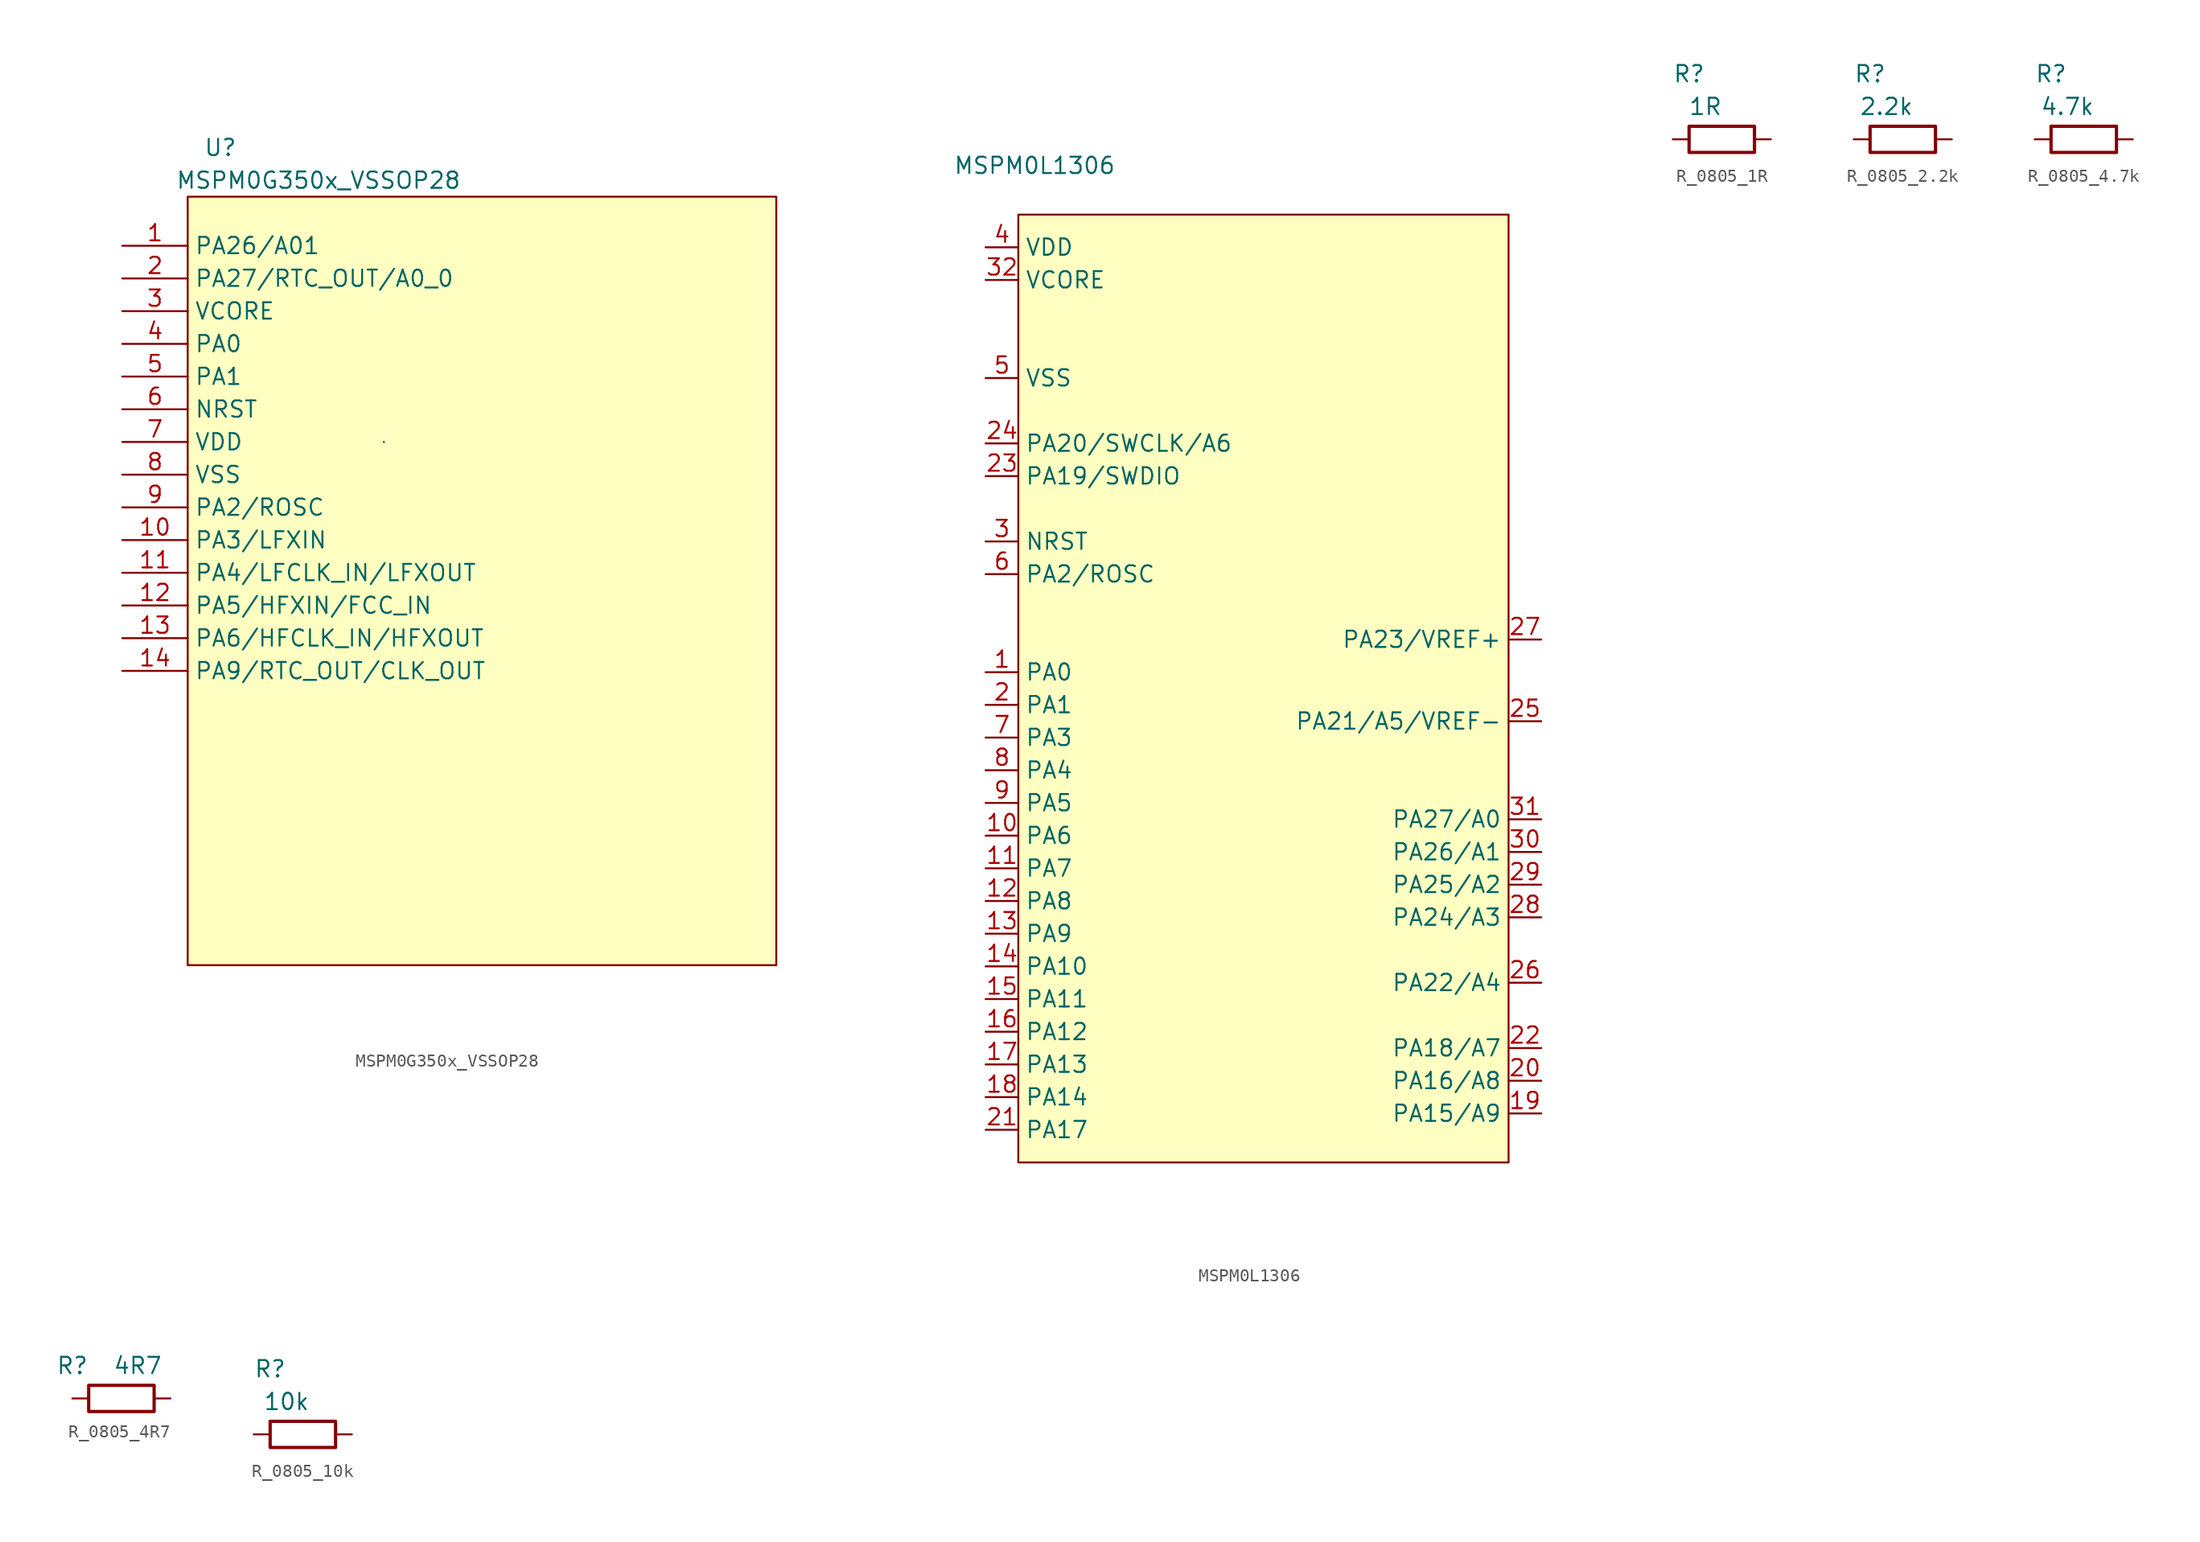
<source format=kicad_sym>
(kicad_symbol_lib
  (version 20220914)
  (generator kicad_symbol_editor)
  (symbol "MSPM0G350x_VSSOP28"
    (property "Reference" "U"
      (at -7.62 21.59 0)
      (effects (font (size 1.27 1.27))))
    (property "Value" "MSPM0G350x_VSSOP28"
      (at 0 19.05 0)
      (effects (font (size 1.27 1.27))))
    (symbol "MSPM0G350x_VSSOP28_0_1"
      (rectangle (start 5.08 -1.27) (end 5.08 -1.27) (stroke (width 0) (type default)) (fill (type none))))
    (symbol "MSPM0G350x_VSSOP28_1_1"
      (rectangle (start -10.16 17.78) (end 35.56 -41.91) (stroke (width 0) (type default)) (fill (type background)))
      (pin passive line (at -15.24 13.97 0) (length 5.08) (name "PA26/A01" (effects (font (size 1.27 1.27)))) (number "1" (effects (font (size 1.27 1.27)))))
      (pin passive line (at -15.24 -8.89 0) (length 5.08) (name "PA3/LFXIN" (effects (font (size 1.27 1.27)))) (number "10" (effects (font (size 1.27 1.27)))))
      (pin passive line (at -15.24 -11.43 0) (length 5.08) (name "PA4/LFCLK_IN/LFXOUT" (effects (font (size 1.27 1.27)))) (number "11" (effects (font (size 1.27 1.27)))))
      (pin passive line (at -15.24 -13.97 0) (length 5.08) (name "PA5/HFXIN/FCC_IN" (effects (font (size 1.27 1.27)))) (number "12" (effects (font (size 1.27 1.27)))))
      (pin passive line (at -15.24 -16.51 0) (length 5.08) (name "PA6/HFCLK_IN/HFXOUT" (effects (font (size 1.27 1.27)))) (number "13" (effects (font (size 1.27 1.27)))))
      (pin passive line (at -15.24 -19.05 0) (length 5.08) (name "PA9/RTC_OUT/CLK_OUT" (effects (font (size 1.27 1.27)))) (number "14" (effects (font (size 1.27 1.27)))))
      (pin passive line (at -15.24 11.43 0) (length 5.08) (name "PA27/RTC_OUT/A0_0" (effects (font (size 1.27 1.27)))) (number "2" (effects (font (size 1.27 1.27)))))
      (pin passive line (at -15.24 8.89 0) (length 5.08) (name "VCORE" (effects (font (size 1.27 1.27)))) (number "3" (effects (font (size 1.27 1.27)))))
      (pin passive line (at -15.24 6.35 0) (length 5.08) (name "PA0" (effects (font (size 1.27 1.27)))) (number "4" (effects (font (size 1.27 1.27)))))
      (pin passive line (at -15.24 3.81 0) (length 5.08) (name "PA1" (effects (font (size 1.27 1.27)))) (number "5" (effects (font (size 1.27 1.27)))))
      (pin passive line (at -15.24 1.27 0) (length 5.08) (name "NRST" (effects (font (size 1.27 1.27)))) (number "6" (effects (font (size 1.27 1.27)))))
      (pin passive line (at -15.24 -1.27 0) (length 5.08) (name "VDD" (effects (font (size 1.27 1.27)))) (number "7" (effects (font (size 1.27 1.27)))))
      (pin passive line (at -15.24 -3.81 0) (length 5.08) (name "VSS" (effects (font (size 1.27 1.27)))) (number "8" (effects (font (size 1.27 1.27)))))
      (pin passive line (at -15.24 -6.35 0) (length 5.08) (name "PA2/ROSC" (effects (font (size 1.27 1.27)))) (number "9" (effects (font (size 1.27 1.27)))))))
  (symbol "MSPM0L1306"
    (property "Reference" "U"
      (at -12.7 39.37 0)
      (effects (font (size 1.27 1.27)) hide))
    (property "Value" "MSPM0L1306"
      (at -17.78 41.91 0)
      (effects (font (size 1.27 1.27))))
    (property "Partnumber" ""
      (at 0 0 0)
      (effects (font (size 1.27 1.27))))
    (symbol "MSPM0L1306_1_0"
      (pin input line (at -21.59 20.32 0) (length 2.54) (name "PA20/SWCLK/A6" (effects (font (size 1.27 1.27)))) (number "24" (effects (font (size 1.27 1.27))))))
    (symbol "MSPM0L1306_1_1"
      (rectangle (start -19.05 38.1) (end 19.05 -35.56) (stroke (width 0) (type default)) (fill (type background)))
      (pin passive line (at -21.59 2.54 0) (length 2.54) (name "PA0" (effects (font (size 1.27 1.27)))) (number "1" (effects (font (size 1.27 1.27)))))
      (pin passive line (at -21.59 -10.16 0) (length 2.54) (name "PA6" (effects (font (size 1.27 1.27)))) (number "10" (effects (font (size 1.27 1.27)))))
      (pin passive line (at -21.59 -12.7 0) (length 2.54) (name "PA7" (effects (font (size 1.27 1.27)))) (number "11" (effects (font (size 1.27 1.27)))))
      (pin passive line (at -21.59 -15.24 0) (length 2.54) (name "PA8" (effects (font (size 1.27 1.27)))) (number "12" (effects (font (size 1.27 1.27)))))
      (pin passive line (at -21.59 -17.78 0) (length 2.54) (name "PA9" (effects (font (size 1.27 1.27)))) (number "13" (effects (font (size 1.27 1.27)))))
      (pin passive line (at -21.59 -20.32 0) (length 2.54) (name "PA10" (effects (font (size 1.27 1.27)))) (number "14" (effects (font (size 1.27 1.27)))))
      (pin passive line (at -21.59 -22.86 0) (length 2.54) (name "PA11" (effects (font (size 1.27 1.27)))) (number "15" (effects (font (size 1.27 1.27)))))
      (pin passive line (at -21.59 -25.4 0) (length 2.54) (name "PA12" (effects (font (size 1.27 1.27)))) (number "16" (effects (font (size 1.27 1.27)))))
      (pin passive line (at -21.59 -27.94 0) (length 2.54) (name "PA13" (effects (font (size 1.27 1.27)))) (number "17" (effects (font (size 1.27 1.27)))))
      (pin passive line (at -21.59 -30.48 0) (length 2.54) (name "PA14" (effects (font (size 1.27 1.27)))) (number "18" (effects (font (size 1.27 1.27)))))
      (pin passive line (at 21.59 -31.75 180) (length 2.54) (name "PA15/A9" (effects (font (size 1.27 1.27)))) (number "19" (effects (font (size 1.27 1.27)))))
      (pin passive line (at -21.59 0 0) (length 2.54) (name "PA1" (effects (font (size 1.27 1.27)))) (number "2" (effects (font (size 1.27 1.27)))))
      (pin passive line (at 21.59 -29.21 180) (length 2.54) (name "PA16/A8" (effects (font (size 1.27 1.27)))) (number "20" (effects (font (size 1.27 1.27)))))
      (pin passive line (at -21.59 -33.02 0) (length 2.54) (name "PA17" (effects (font (size 1.27 1.27)))) (number "21" (effects (font (size 1.27 1.27)))))
      (pin passive line (at 21.59 -26.67 180) (length 2.54) (name "PA18/A7" (effects (font (size 1.27 1.27)))) (number "22" (effects (font (size 1.27 1.27)))))
      (pin bidirectional line (at -21.59 17.78 0) (length 2.54) (name "PA19/SWDIO" (effects (font (size 1.27 1.27)))) (number "23" (effects (font (size 1.27 1.27)))))
      (pin passive line (at 21.59 -1.27 180) (length 2.54) (name "PA21/A5/VREF-" (effects (font (size 1.27 1.27)))) (number "25" (effects (font (size 1.27 1.27)))))
      (pin passive line (at 21.59 -21.59 180) (length 2.54) (name "PA22/A4" (effects (font (size 1.27 1.27)))) (number "26" (effects (font (size 1.27 1.27)))))
      (pin passive line (at 21.59 5.08 180) (length 2.54) (name "PA23/VREF+" (effects (font (size 1.27 1.27)))) (number "27" (effects (font (size 1.27 1.27)))))
      (pin passive line (at 21.59 -16.51 180) (length 2.54) (name "PA24/A3" (effects (font (size 1.27 1.27)))) (number "28" (effects (font (size 1.27 1.27)))))
      (pin passive line (at 21.59 -13.97 180) (length 2.54) (name "PA25/A2" (effects (font (size 1.27 1.27)))) (number "29" (effects (font (size 1.27 1.27)))))
      (pin input line (at -21.59 12.7 0) (length 2.54) (name "NRST" (effects (font (size 1.27 1.27)))) (number "3" (effects (font (size 1.27 1.27)))))
      (pin passive line (at 21.59 -11.43 180) (length 2.54) (name "PA26/A1" (effects (font (size 1.27 1.27)))) (number "30" (effects (font (size 1.27 1.27)))))
      (pin passive line (at 21.59 -8.89 180) (length 2.54) (name "PA27/A0" (effects (font (size 1.27 1.27)))) (number "31" (effects (font (size 1.27 1.27)))))
      (pin power_in line (at -21.59 33.02 0) (length 2.54) (name "VCORE" (effects (font (size 1.27 1.27)))) (number "32" (effects (font (size 1.27 1.27)))))
      (pin power_in line (at -21.59 35.56 0) (length 2.54) (name "VDD" (effects (font (size 1.27 1.27)))) (number "4" (effects (font (size 1.27 1.27)))))
      (pin passive line (at -21.59 25.4 0) (length 2.54) (name "VSS" (effects (font (size 1.27 1.27)))) (number "5" (effects (font (size 1.27 1.27)))))
      (pin output line (at -21.59 10.16 0) (length 2.54) (name "PA2/ROSC" (effects (font (size 1.27 1.27)))) (number "6" (effects (font (size 1.27 1.27)))))
      (pin passive line (at -21.59 -2.54 0) (length 2.54) (name "PA3" (effects (font (size 1.27 1.27)))) (number "7" (effects (font (size 1.27 1.27)))))
      (pin passive line (at -21.59 -5.08 0) (length 2.54) (name "PA4" (effects (font (size 1.27 1.27)))) (number "8" (effects (font (size 1.27 1.27)))))
      (pin passive line (at -21.59 -7.62 0) (length 2.54) (name "PA5" (effects (font (size 1.27 1.27)))) (number "9" (effects (font (size 1.27 1.27)))))))
  (symbol "R_0805_1R"
    (pin_numbers hide)
    (pin_names hide)
    (property "Reference" "R"
      (at -2.54 5.08 0)
      (effects (font (size 1.27 1.27))))
    (property "Value" "1R"
      (at -1.27 2.54 0)
      (effects (font (size 1.27 1.27))))
    (symbol "R_0805_1R_0_1"
      (rectangle (start -2.54 1.016) (end 2.54 -1.016) (stroke (width 0.254) (type default)) (fill (type none))))
    (symbol "R_0805_1R_1_1"
      (pin passive line (at 3.81 0 180) (length 1.27) (name "~" (effects (font (size 1.27 1.27)))) (number "1" (effects (font (size 1.27 1.27)))))
      (pin passive line (at -3.81 0 0) (length 1.27) (name "~" (effects (font (size 1.27 1.27)))) (number "2" (effects (font (size 1.27 1.27)))))))
  (symbol "R_0805_2.2k"
    (pin_numbers hide)
    (pin_names hide)
    (property "Reference" "R"
      (at -2.54 5.08 0)
      (effects (font (size 1.27 1.27))))
    (property "Value" "2.2k"
      (at -1.27 2.54 0)
      (effects (font (size 1.27 1.27))))
    (symbol "R_0805_2.2k_0_1"
      (rectangle (start -2.54 1.016) (end 2.54 -1.016) (stroke (width 0.254) (type default)) (fill (type none))))
    (symbol "R_0805_2.2k_1_1"
      (pin passive line (at 3.81 0 180) (length 1.27) (name "~" (effects (font (size 1.27 1.27)))) (number "1" (effects (font (size 1.27 1.27)))))
      (pin passive line (at -3.81 0 0) (length 1.27) (name "~" (effects (font (size 1.27 1.27)))) (number "2" (effects (font (size 1.27 1.27)))))))
  (symbol "R_0805_4.7k"
    (pin_numbers hide)
    (pin_names hide)
    (property "Reference" "R"
      (at -2.54 5.08 0)
      (effects (font (size 1.27 1.27))))
    (property "Value" "4.7k"
      (at -1.27 2.54 0)
      (effects (font (size 1.27 1.27))))
    (symbol "R_0805_4.7k_0_1"
      (rectangle (start -2.54 1.016) (end 2.54 -1.016) (stroke (width 0.254) (type default)) (fill (type none))))
    (symbol "R_0805_4.7k_1_1"
      (pin passive line (at 3.81 0 180) (length 1.27) (name "~" (effects (font (size 1.27 1.27)))) (number "1" (effects (font (size 1.27 1.27)))))
      (pin passive line (at -3.81 0 0) (length 1.27) (name "~" (effects (font (size 1.27 1.27)))) (number "2" (effects (font (size 1.27 1.27)))))))
  (symbol "R_0805_4R7"
    (pin_numbers hide)
    (pin_names hide)
    (property "Reference" "R"
      (at -3.81 2.54 0)
      (effects (font (size 1.27 1.27))))
    (property "Value" "4R7"
      (at 1.27 2.54 0)
      (effects (font (size 1.27 1.27))))
    (symbol "R_0805_4R7_0_1"
      (rectangle (start -2.54 1.016) (end 2.54 -1.016) (stroke (width 0.254) (type default)) (fill (type none))))
    (symbol "R_0805_4R7_1_1"
      (pin passive line (at 3.81 0 180) (length 1.27) (name "~" (effects (font (size 1.27 1.27)))) (number "1" (effects (font (size 1.27 1.27)))))
      (pin passive line (at -3.81 0 0) (length 1.27) (name "~" (effects (font (size 1.27 1.27)))) (number "2" (effects (font (size 1.27 1.27)))))))
  (symbol "R_0805_10k"
    (pin_numbers hide)
    (pin_names hide)
    (property "Reference" "R"
      (at -2.54 5.08 0)
      (effects (font (size 1.27 1.27))))
    (property "Value" "10k"
      (at -1.27 2.54 0)
      (effects (font (size 1.27 1.27))))
    (symbol "R_0805_10k_0_1"
      (rectangle (start -2.54 1.016) (end 2.54 -1.016) (stroke (width 0.254) (type default)) (fill (type none))))
    (symbol "R_0805_10k_1_1"
      (pin passive line (at 3.81 0 180) (length 1.27) (name "~" (effects (font (size 1.27 1.27)))) (number "1" (effects (font (size 1.27 1.27)))))
      (pin passive line (at -3.81 0 0) (length 1.27) (name "~" (effects (font (size 1.27 1.27)))) (number "2" (effects (font (size 1.27 1.27))))))))
</source>
